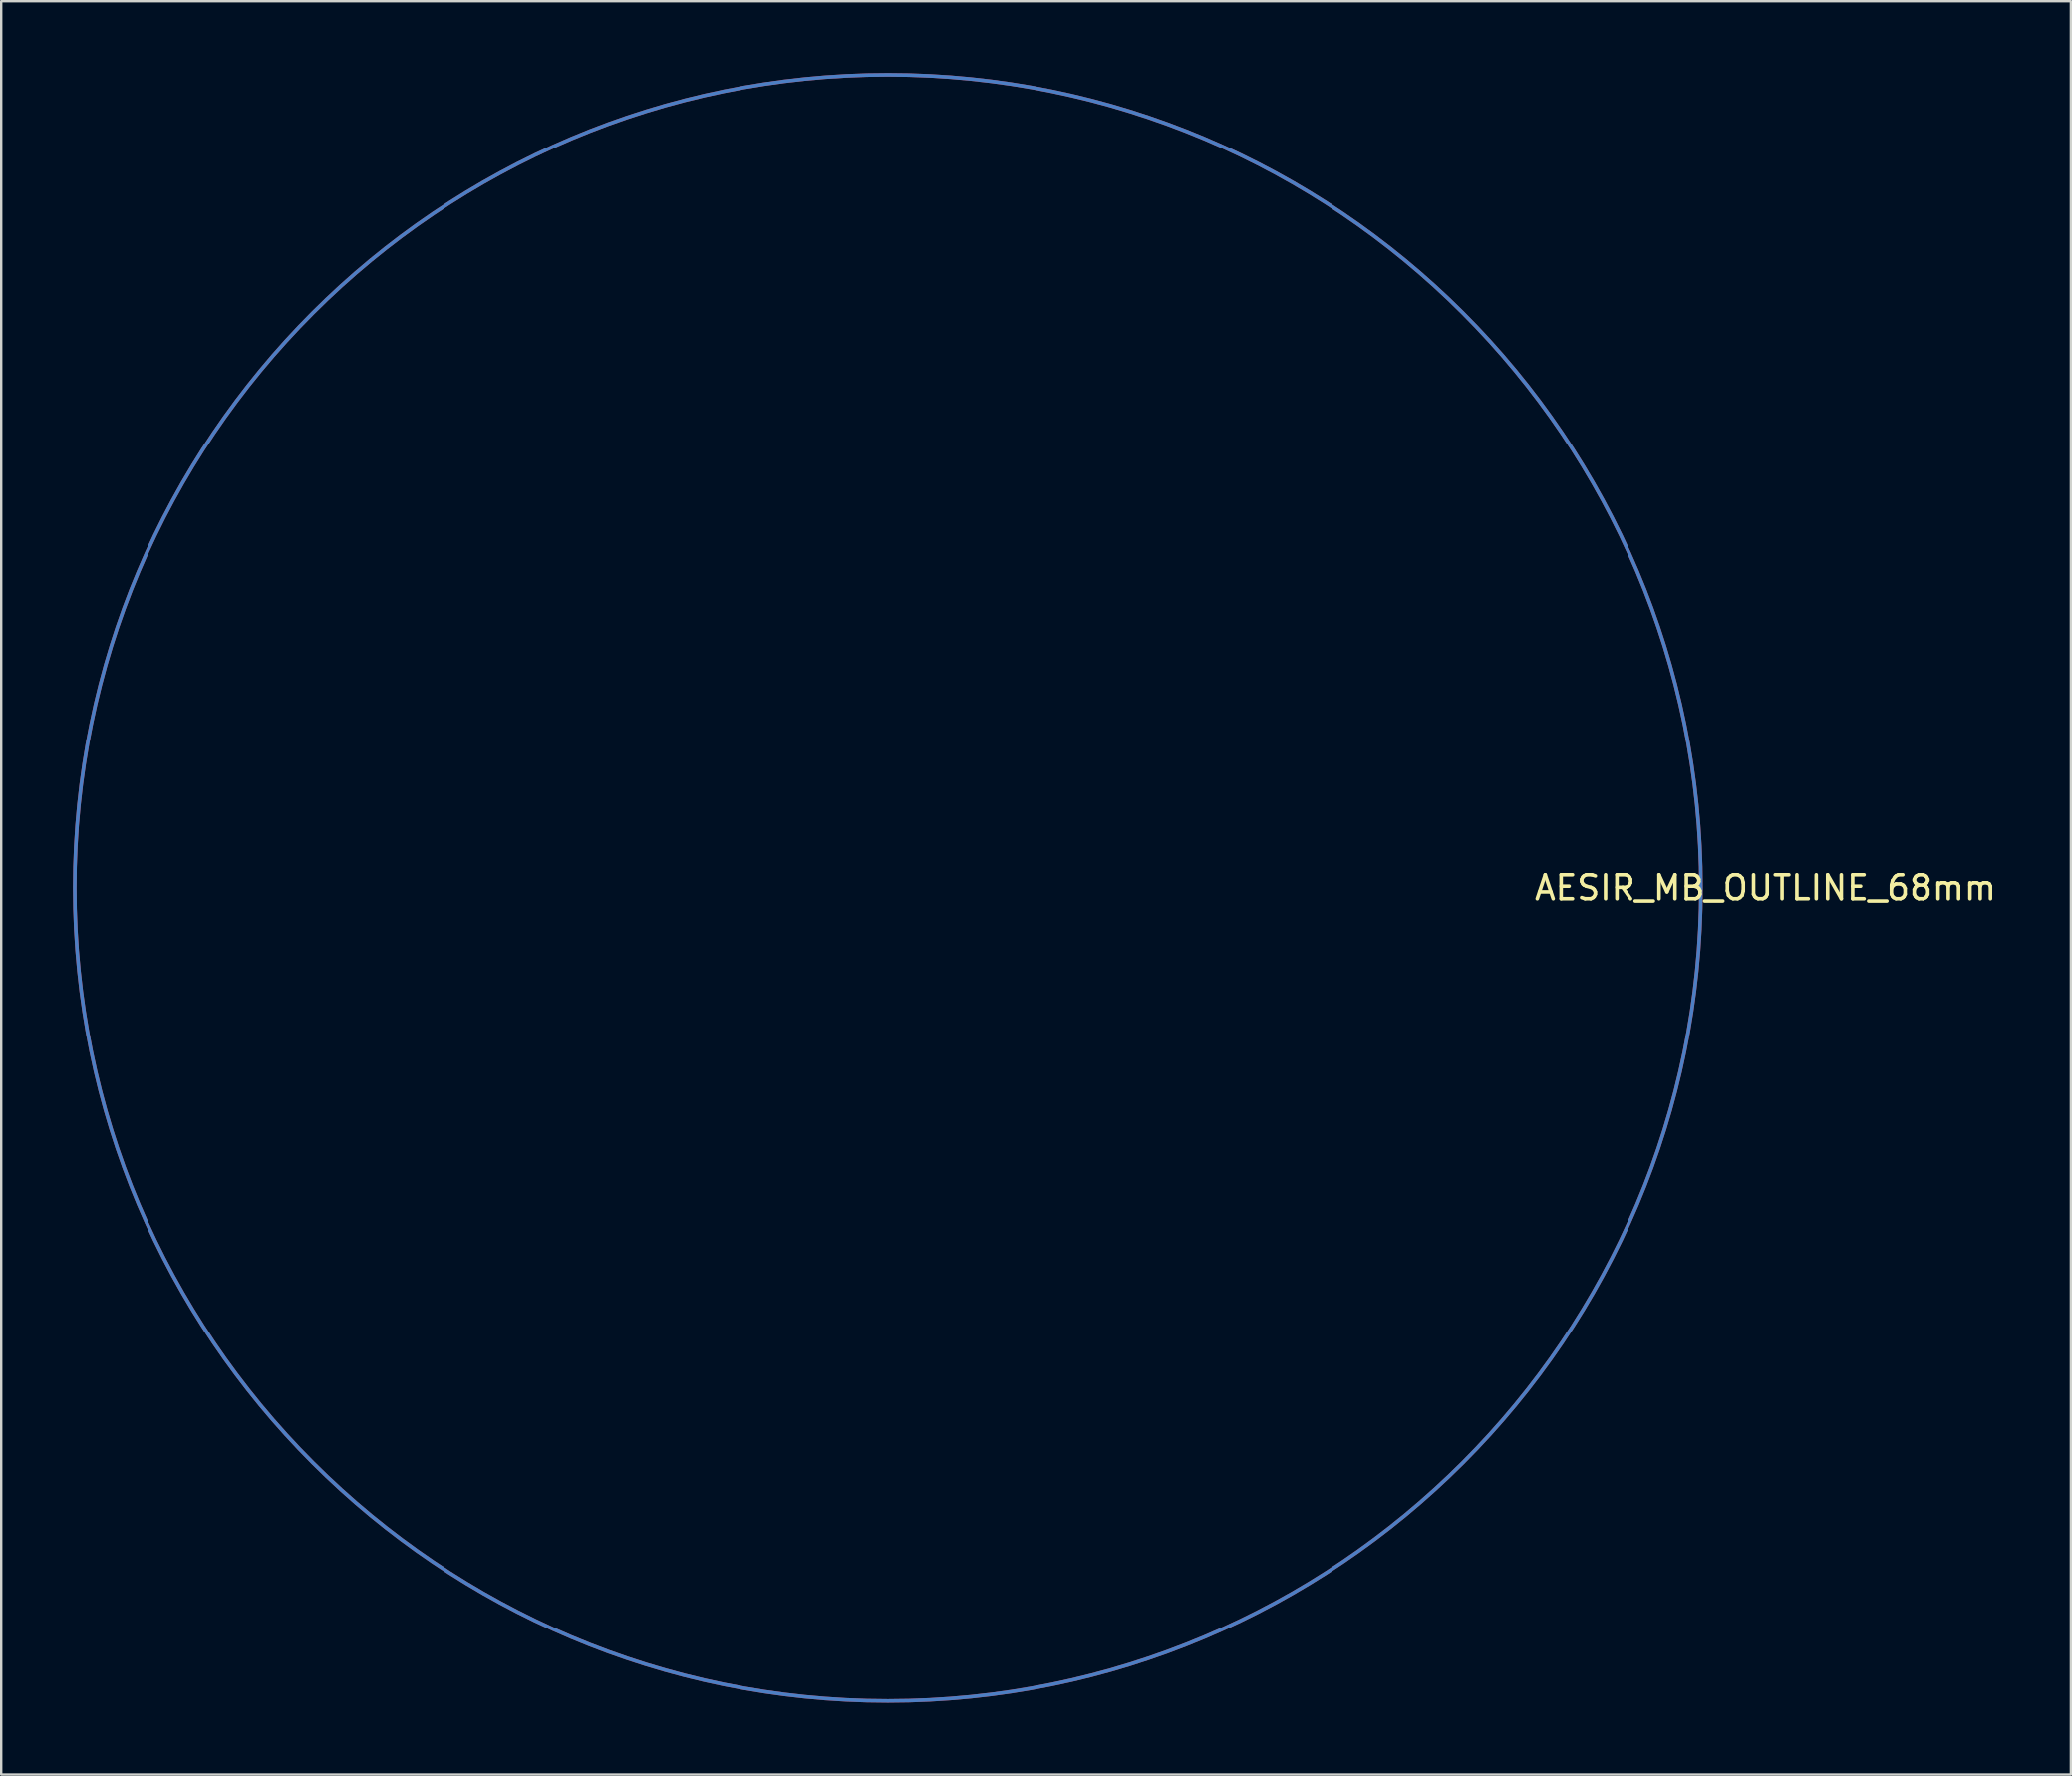
<source format=kicad_pcb>
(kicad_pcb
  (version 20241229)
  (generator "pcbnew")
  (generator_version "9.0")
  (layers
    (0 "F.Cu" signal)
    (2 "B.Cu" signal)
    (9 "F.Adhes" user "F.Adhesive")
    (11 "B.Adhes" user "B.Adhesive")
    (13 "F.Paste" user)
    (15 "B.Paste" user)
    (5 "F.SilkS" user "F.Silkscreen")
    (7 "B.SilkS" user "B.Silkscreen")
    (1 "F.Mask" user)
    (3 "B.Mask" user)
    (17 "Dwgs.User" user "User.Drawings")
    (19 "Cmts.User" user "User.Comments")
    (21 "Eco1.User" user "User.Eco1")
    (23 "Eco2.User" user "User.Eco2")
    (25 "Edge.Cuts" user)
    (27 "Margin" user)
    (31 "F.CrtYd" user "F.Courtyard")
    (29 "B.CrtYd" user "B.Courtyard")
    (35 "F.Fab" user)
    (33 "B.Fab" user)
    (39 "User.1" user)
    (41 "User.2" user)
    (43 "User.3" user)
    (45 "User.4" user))
  (footprint "AESIR_MB_OUTLINE_68mm"
    (layer "F.Cu")
    (at 34.075 34.075)
    (property "Reference" "AESIR_MB_OUTLINE_68mm" (at 36.7 0 0) (layer "F.SilkS") (effects (font (size 1 1) (thickness 0.15))))
    (attr through_hole)
    (fp_circle (center 0 0) (end 34 0) (stroke (width 0.15) (type solid)) (fill no) (layer "F.Cu"))
    (fp_circle (center 0 0) (end 34 0) (stroke (width 0.15) (type solid)) (fill no) (layer "B.Cu")))
  (gr_rect
    (start -3 -3)
    (end 83.543 71.15)
    (stroke (width 0.1) (type default))
    (fill no)
    (layer "Edge.Cuts")))
</source>
